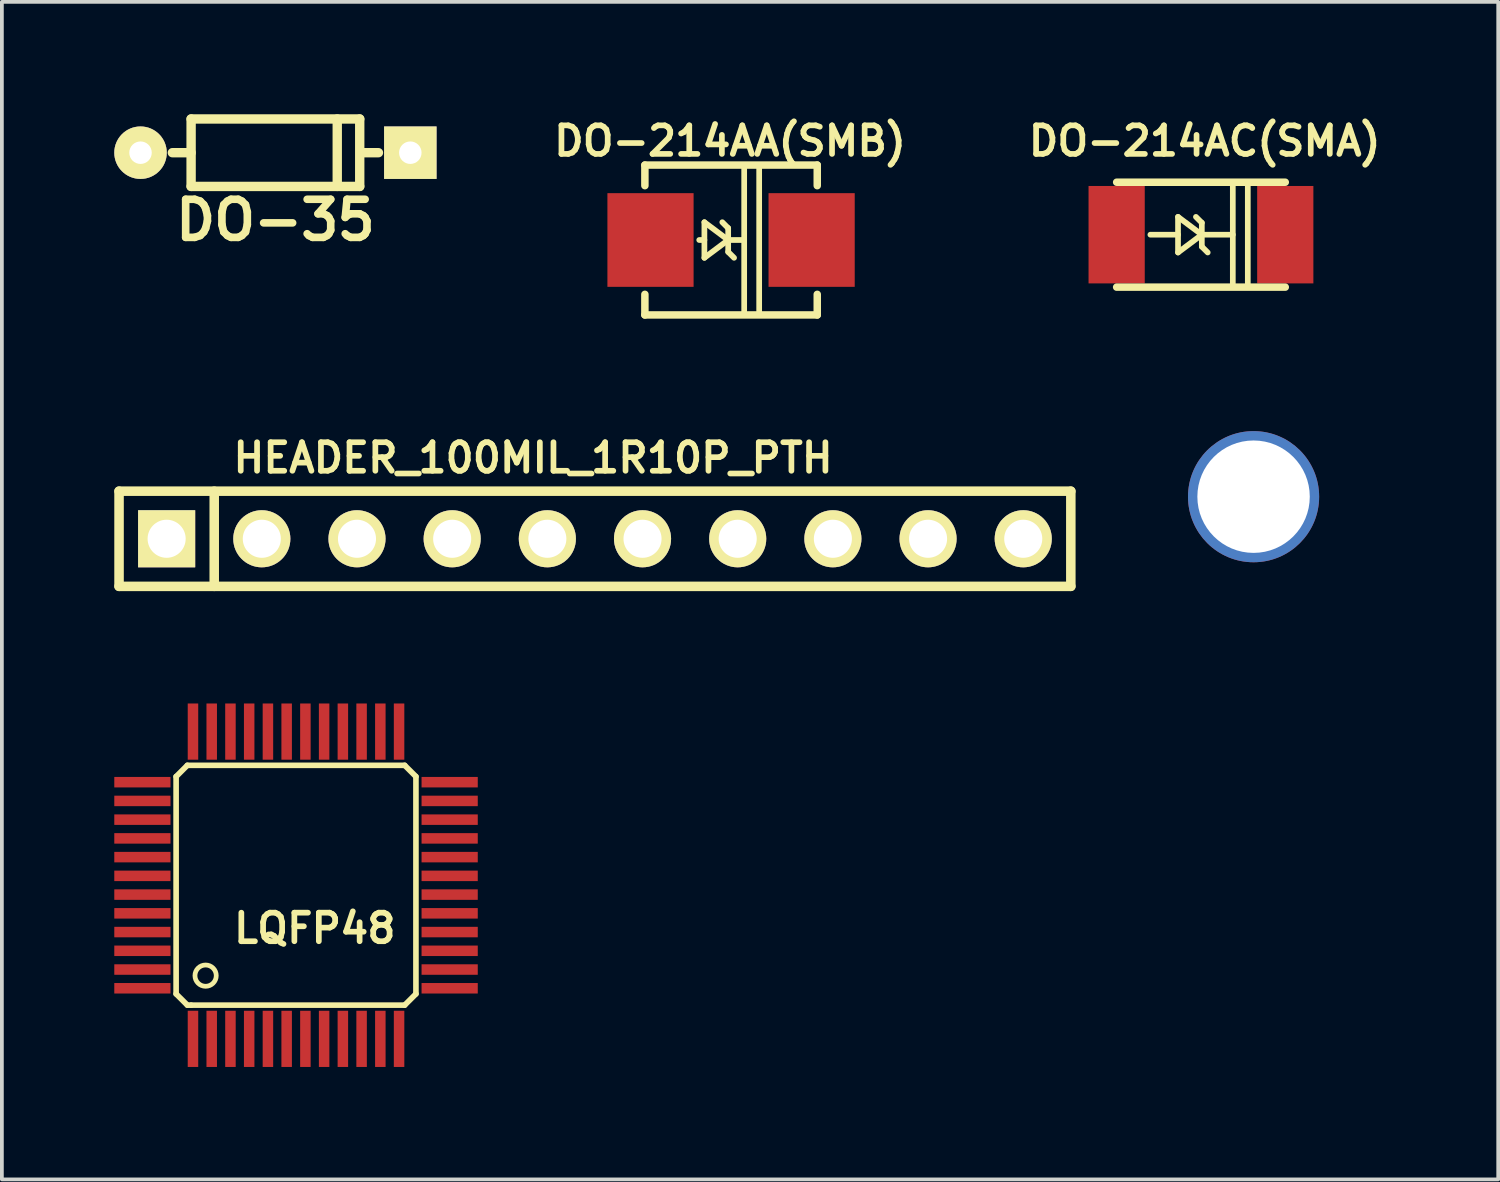
<source format=kicad_pcb>
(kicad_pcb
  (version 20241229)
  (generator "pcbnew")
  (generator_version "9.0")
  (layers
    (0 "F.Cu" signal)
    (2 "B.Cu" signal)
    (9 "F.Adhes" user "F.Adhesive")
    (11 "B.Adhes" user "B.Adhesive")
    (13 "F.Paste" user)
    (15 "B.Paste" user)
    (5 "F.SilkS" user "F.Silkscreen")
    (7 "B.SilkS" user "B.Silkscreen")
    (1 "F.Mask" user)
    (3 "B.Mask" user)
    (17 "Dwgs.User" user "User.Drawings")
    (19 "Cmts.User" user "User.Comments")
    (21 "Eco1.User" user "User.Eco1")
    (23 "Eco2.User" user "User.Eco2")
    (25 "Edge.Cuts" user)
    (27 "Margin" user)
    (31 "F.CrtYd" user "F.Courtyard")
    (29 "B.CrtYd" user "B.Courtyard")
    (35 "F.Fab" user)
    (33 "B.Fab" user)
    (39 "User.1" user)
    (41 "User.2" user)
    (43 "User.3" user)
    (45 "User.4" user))
  (footprint "DO-214AC(SMA)"
    (layer "F.Cu")
    (at 29 3.213)
    (property "Reference" "DO-214AC(SMA)" (at 0.1 -2.5 180) (layer "F.SilkS") (effects (font (size 0.762 0.762) (thickness 0.152))))
    (attr smd)
    (fp_line (start -2.25 -1.4) (end 2.25 -1.4) (stroke (width 0.2) (type solid)) (layer "F.SilkS"))
    (fp_line (start -0.65 0) (end -1.35 0) (stroke (width 0.152) (type solid)) (layer "F.SilkS"))
    (fp_line (start -0.612 -0.475) (end -0.612 0) (stroke (width 0.152) (type solid)) (layer "F.SilkS"))
    (fp_line (start -0.612 0) (end -0.612 0.475) (stroke (width 0.152) (type solid)) (layer "F.SilkS"))
    (fp_line (start -0.612 0.475) (end 0.023 0) (stroke (width 0.152) (type solid)) (layer "F.SilkS"))
    (fp_line (start 0.023 -0.318) (end -0.134 -0.475) (stroke (width 0.152) (type solid)) (layer "F.SilkS"))
    (fp_line (start 0.023 0) (end -0.612 -0.475) (stroke (width 0.152) (type solid)) (layer "F.SilkS"))
    (fp_line (start 0.023 0) (end 0.023 -0.318) (stroke (width 0.152) (type solid)) (layer "F.SilkS"))
    (fp_line (start 0.023 0) (end 0.023 0.318) (stroke (width 0.152) (type solid)) (layer "F.SilkS"))
    (fp_line (start 0.023 0.318) (end 0.18 0.475) (stroke (width 0.152) (type solid)) (layer "F.SilkS"))
    (fp_line (start 0.05 0) (end 0.85 0) (stroke (width 0.152) (type solid)) (layer "F.SilkS"))
    (fp_line (start 0.85 -1.4) (end 0.85 1.4) (stroke (width 0.152) (type solid)) (layer "F.SilkS"))
    (fp_line (start 1.25 -1.4) (end 1.25 1.4) (stroke (width 0.152) (type solid)) (layer "F.SilkS"))
    (fp_line (start 2.25 1.4) (end -2.25 1.4) (stroke (width 0.2) (type solid)) (layer "F.SilkS"))
    (pad "1" smd rect (at -2.25 0) (size 1.5 2.6) (layers "F.Cu" "F.Mask" "F.Paste"))
    (pad "2" smd rect (at 2.25 0) (size 1.5 2.6) (layers "F.Cu" "F.Mask" "F.Paste")))
  (footprint "HEADER_100MIL_1R10P_PTH"
    (layer "F.Cu")
    (at 12.827 11.328)
    (property "Reference" "HEADER_100MIL_1R10P_PTH" (at -1.651 -2.159 0) (layer "F.SilkS") (effects (font (size 0.762 0.762) (thickness 0.152))))
    (attr through_hole)
    (fp_line (start -12.7 -1.27) (end 12.7 -1.27) (stroke (width 0.254) (type solid)) (layer "F.SilkS"))
    (fp_line (start -12.7 1.27) (end -12.7 -1.27) (stroke (width 0.254) (type solid)) (layer "F.SilkS"))
    (fp_line (start -10.16 -1.27) (end -10.16 1.27) (stroke (width 0.254) (type solid)) (layer "F.SilkS"))
    (fp_line (start 12.7 -1.27) (end 12.7 1.27) (stroke (width 0.254) (type solid)) (layer "F.SilkS"))
    (fp_line (start 12.7 1.27) (end -12.7 1.27) (stroke (width 0.254) (type solid)) (layer "F.SilkS"))
    (pad "1" thru_hole rect (at -11.43 0) (size 1.524 1.524) (drill 1.016) (layers "*.Cu" "*.Mask" "F.SilkS"))
    (pad "2" thru_hole circle (at -8.89 0) (size 1.524 1.524) (drill 1.016) (layers "*.Cu" "*.Mask" "F.SilkS"))
    (pad "3" thru_hole circle (at -6.35 0) (size 1.524 1.524) (drill 1.016) (layers "*.Cu" "*.Mask" "F.SilkS"))
    (pad "4" thru_hole circle (at -3.81 0) (size 1.524 1.524) (drill 1.016) (layers "*.Cu" "*.Mask" "F.SilkS"))
    (pad "5" thru_hole circle (at -1.27 0) (size 1.524 1.524) (drill 1.016) (layers "*.Cu" "*.Mask" "F.SilkS"))
    (pad "6" thru_hole circle (at 1.27 0) (size 1.524 1.524) (drill 1.016) (layers "*.Cu" "*.Mask" "F.SilkS"))
    (pad "7" thru_hole circle (at 3.81 0) (size 1.524 1.524) (drill 1.016) (layers "*.Cu" "*.Mask" "F.SilkS"))
    (pad "8" thru_hole circle (at 6.35 0) (size 1.524 1.524) (drill 1.016) (layers "*.Cu" "*.Mask" "F.SilkS"))
    (pad "9" thru_hole circle (at 8.89 0) (size 1.524 1.524) (drill 1.016) (layers "*.Cu" "*.Mask" "F.SilkS"))
    (pad "10" thru_hole circle (at 11.43 0) (size 1.524 1.524) (drill 1.016) (layers "*.Cu" "*.Mask" "F.SilkS")))
  (footprint "LQFP48"
    (layer "F.Cu")
    (at 4.85 20.574)
    (property "Reference" "LQFP48" (at 0.5 1.15 0) (layer "F.SilkS") (effects (font (size 0.762 0.762) (thickness 0.152))))
    (attr smd)
    (fp_line (start -3.2 -2.9) (end -2.9 -3.2) (stroke (width 0.15) (type solid)) (layer "F.SilkS"))
    (fp_line (start -3.2 2.9) (end -3.2 -2.9) (stroke (width 0.15) (type solid)) (layer "F.SilkS"))
    (fp_line (start -2.9 -3.2) (end 2.9 -3.2) (stroke (width 0.15) (type solid)) (layer "F.SilkS"))
    (fp_line (start -2.9 3.2) (end -3.2 2.9) (stroke (width 0.15) (type solid)) (layer "F.SilkS"))
    (fp_line (start -2.8 3.2) (end -2.9 3.2) (stroke (width 0.15) (type solid)) (layer "F.SilkS"))
    (fp_line (start 2.9 -3.2) (end 3.2 -2.9) (stroke (width 0.15) (type solid)) (layer "F.SilkS"))
    (fp_line (start 2.9 3.2) (end -2.8 3.2) (stroke (width 0.15) (type solid)) (layer "F.SilkS"))
    (fp_line (start 3.2 -2.9) (end 3.2 2.9) (stroke (width 0.15) (type solid)) (layer "F.SilkS"))
    (fp_line (start 3.2 2.9) (end 2.9 3.2) (stroke (width 0.15) (type solid)) (layer "F.SilkS"))
    (fp_circle (center -2.413 2.413) (end -2.667 2.54) (stroke (width 0.127) (type solid)) (fill no) (layer "F.SilkS"))
    (pad "1" smd rect (at -2.75 4.1) (size 0.28 1.5) (layers "F.Cu" "F.Mask" "F.Paste"))
    (pad "2" smd rect (at -2.25 4.1) (size 0.28 1.5) (layers "F.Cu" "F.Mask" "F.Paste"))
    (pad "3" smd rect (at -1.75 4.1) (size 0.28 1.5) (layers "F.Cu" "F.Mask" "F.Paste"))
    (pad "4" smd rect (at -1.25 4.1) (size 0.28 1.5) (layers "F.Cu" "F.Mask" "F.Paste"))
    (pad "5" smd rect (at -0.75 4.1) (size 0.28 1.5) (layers "F.Cu" "F.Mask" "F.Paste"))
    (pad "6" smd rect (at -0.25 4.1) (size 0.28 1.5) (layers "F.Cu" "F.Mask" "F.Paste"))
    (pad "7" smd rect (at 0.25 4.1) (size 0.28 1.5) (layers "F.Cu" "F.Mask" "F.Paste"))
    (pad "8" smd rect (at 0.75 4.1) (size 0.28 1.5) (layers "F.Cu" "F.Mask" "F.Paste"))
    (pad "9" smd rect (at 1.25 4.1) (size 0.28 1.5) (layers "F.Cu" "F.Mask" "F.Paste"))
    (pad "10" smd rect (at 1.75 4.1) (size 0.28 1.5) (layers "F.Cu" "F.Mask" "F.Paste"))
    (pad "11" smd rect (at 2.25 4.1) (size 0.28 1.5) (layers "F.Cu" "F.Mask" "F.Paste"))
    (pad "12" smd rect (at 2.75 4.1) (size 0.28 1.5) (layers "F.Cu" "F.Mask" "F.Paste"))
    (pad "13" smd rect (at 4.1 2.75) (size 1.5 0.28) (layers "F.Cu" "F.Mask" "F.Paste"))
    (pad "14" smd rect (at 4.1 2.25) (size 1.5 0.28) (layers "F.Cu" "F.Mask" "F.Paste"))
    (pad "15" smd rect (at 4.1 1.75) (size 1.5 0.28) (layers "F.Cu" "F.Mask" "F.Paste"))
    (pad "16" smd rect (at 4.1 1.25) (size 1.5 0.28) (layers "F.Cu" "F.Mask" "F.Paste"))
    (pad "17" smd rect (at 4.1 0.75) (size 1.5 0.28) (layers "F.Cu" "F.Mask" "F.Paste"))
    (pad "18" smd rect (at 4.1 0.25) (size 1.5 0.28) (layers "F.Cu" "F.Mask" "F.Paste"))
    (pad "19" smd rect (at 4.1 -0.25) (size 1.5 0.28) (layers "F.Cu" "F.Mask" "F.Paste"))
    (pad "20" smd rect (at 4.1 -0.75) (size 1.5 0.28) (layers "F.Cu" "F.Mask" "F.Paste"))
    (pad "21" smd rect (at 4.1 -1.25) (size 1.5 0.28) (layers "F.Cu" "F.Mask" "F.Paste"))
    (pad "22" smd rect (at 4.1 -1.75) (size 1.5 0.28) (layers "F.Cu" "F.Mask" "F.Paste"))
    (pad "23" smd rect (at 4.1 -2.25) (size 1.5 0.28) (layers "F.Cu" "F.Mask" "F.Paste"))
    (pad "24" smd rect (at 4.1 -2.75) (size 1.5 0.28) (layers "F.Cu" "F.Mask" "F.Paste"))
    (pad "25" smd rect (at 2.75 -4.1) (size 0.28 1.5) (layers "F.Cu" "F.Mask" "F.Paste"))
    (pad "26" smd rect (at 2.25 -4.1) (size 0.28 1.5) (layers "F.Cu" "F.Mask" "F.Paste"))
    (pad "27" smd rect (at 1.75 -4.1) (size 0.28 1.5) (layers "F.Cu" "F.Mask" "F.Paste"))
    (pad "28" smd rect (at 1.25 -4.1) (size 0.28 1.5) (layers "F.Cu" "F.Mask" "F.Paste"))
    (pad "29" smd rect (at 0.75 -4.1) (size 0.28 1.5) (layers "F.Cu" "F.Mask" "F.Paste"))
    (pad "30" smd rect (at 0.25 -4.1) (size 0.28 1.5) (layers "F.Cu" "F.Mask" "F.Paste"))
    (pad "31" smd rect (at -0.25 -4.1) (size 0.28 1.5) (layers "F.Cu" "F.Mask" "F.Paste"))
    (pad "32" smd rect (at -0.75 -4.1) (size 0.28 1.5) (layers "F.Cu" "F.Mask" "F.Paste"))
    (pad "33" smd rect (at -1.25 -4.1) (size 0.28 1.5) (layers "F.Cu" "F.Mask" "F.Paste"))
    (pad "34" smd rect (at -1.75 -4.1) (size 0.28 1.5) (layers "F.Cu" "F.Mask" "F.Paste"))
    (pad "35" smd rect (at -2.25 -4.1) (size 0.28 1.5) (layers "F.Cu" "F.Mask" "F.Paste"))
    (pad "36" smd rect (at -2.75 -4.1) (size 0.28 1.5) (layers "F.Cu" "F.Mask" "F.Paste"))
    (pad "37" smd rect (at -4.1 -2.75) (size 1.5 0.28) (layers "F.Cu" "F.Mask" "F.Paste"))
    (pad "38" smd rect (at -4.1 -2.25) (size 1.5 0.28) (layers "F.Cu" "F.Mask" "F.Paste"))
    (pad "39" smd rect (at -4.1 -1.75) (size 1.5 0.28) (layers "F.Cu" "F.Mask" "F.Paste"))
    (pad "40" smd rect (at -4.1 -1.25) (size 1.5 0.28) (layers "F.Cu" "F.Mask" "F.Paste"))
    (pad "41" smd rect (at -4.1 -0.75) (size 1.5 0.28) (layers "F.Cu" "F.Mask" "F.Paste"))
    (pad "42" smd rect (at -4.1 -0.25) (size 1.5 0.28) (layers "F.Cu" "F.Mask" "F.Paste"))
    (pad "43" smd rect (at -4.1 0.25) (size 1.5 0.28) (layers "F.Cu" "F.Mask" "F.Paste"))
    (pad "44" smd rect (at -4.1 0.75) (size 1.5 0.28) (layers "F.Cu" "F.Mask" "F.Paste"))
    (pad "45" smd rect (at -4.1 1.25) (size 1.5 0.28) (layers "F.Cu" "F.Mask" "F.Paste"))
    (pad "46" smd rect (at -4.1 1.75) (size 1.5 0.28) (layers "F.Cu" "F.Mask" "F.Paste"))
    (pad "47" smd rect (at -4.1 2.25) (size 1.5 0.28) (layers "F.Cu" "F.Mask" "F.Paste"))
    (pad "48" smd rect (at -4.1 2.75) (size 1.5 0.28) (layers "F.Cu" "F.Mask" "F.Paste")))
  (footprint "DO-214AA(SMB)"
    (layer "F.Cu")
    (at 16.46 3.355)
    (property "Reference" "DO-214AA(SMB)" (at -0.027 -2.642 0) (layer "F.SilkS") (effects (font (size 0.762 0.762) (thickness 0.152))))
    (attr smd)
    (fp_line (start -2.3 -2) (end -2.3 -1.45) (stroke (width 0.2) (type solid)) (layer "F.SilkS"))
    (fp_line (start -2.3 -2) (end 2.3 -2) (stroke (width 0.2) (type solid)) (layer "F.SilkS"))
    (fp_line (start -2.3 2) (end -2.3 1.45) (stroke (width 0.2) (type solid)) (layer "F.SilkS"))
    (fp_line (start -2.3 2) (end 2.3 2) (stroke (width 0.2) (type solid)) (layer "F.SilkS"))
    (fp_line (start -0.75 0) (end -0.85 0) (stroke (width 0.152) (type solid)) (layer "F.SilkS"))
    (fp_line (start -0.712 -0.475) (end -0.712 0) (stroke (width 0.152) (type solid)) (layer "F.SilkS"))
    (fp_line (start -0.712 0) (end -0.712 0.475) (stroke (width 0.152) (type solid)) (layer "F.SilkS"))
    (fp_line (start -0.712 0.475) (end -0.077 0) (stroke (width 0.152) (type solid)) (layer "F.SilkS"))
    (fp_line (start -0.1 0) (end 0.35 0) (stroke (width 0.152) (type solid)) (layer "F.SilkS"))
    (fp_line (start -0.077 -0.318) (end -0.234 -0.475) (stroke (width 0.152) (type solid)) (layer "F.SilkS"))
    (fp_line (start -0.077 0) (end -0.712 -0.475) (stroke (width 0.152) (type solid)) (layer "F.SilkS"))
    (fp_line (start -0.077 0) (end -0.077 -0.318) (stroke (width 0.152) (type solid)) (layer "F.SilkS"))
    (fp_line (start -0.077 0) (end -0.077 0.318) (stroke (width 0.152) (type solid)) (layer "F.SilkS"))
    (fp_line (start -0.077 0.318) (end 0.08 0.475) (stroke (width 0.152) (type solid)) (layer "F.SilkS"))
    (fp_line (start 0.35 2) (end 0.35 -2) (stroke (width 0.152) (type solid)) (layer "F.SilkS"))
    (fp_line (start 0.75 -2) (end 0.75 2) (stroke (width 0.152) (type solid)) (layer "F.SilkS"))
    (fp_line (start 2.3 -2) (end 2.3 -1.45) (stroke (width 0.2) (type solid)) (layer "F.SilkS"))
    (fp_line (start 2.3 2) (end 2.3 1.45) (stroke (width 0.2) (type solid)) (layer "F.SilkS"))
    (pad "1" smd rect (at -2.15 0) (size 2.3 2.5) (layers "F.Cu" "F.Mask" "F.Paste"))
    (pad "2" smd rect (at 2.15 0) (size 2.3 2.5) (layers "F.Cu" "F.Mask" "F.Paste")))
  (footprint "DO-35"
    (layer "F.Cu")
    (at 4.3 1.025)
    (property "Reference" "DO-35" (at 0 1.8 0) (layer "F.SilkS") (effects (font (size 1.016 1.016) (thickness 0.203))))
    (attr through_hole)
    (fp_line (start -2.25 -0.9) (end 2.25 -0.9) (stroke (width 0.25) (type solid)) (layer "F.SilkS"))
    (fp_line (start -2.25 0) (end -2.75 0) (stroke (width 0.25) (type solid)) (layer "F.SilkS"))
    (fp_line (start -2.25 0.9) (end -2.25 -0.9) (stroke (width 0.25) (type solid)) (layer "F.SilkS"))
    (fp_line (start 1.65 -0.9) (end 1.65 0.9) (stroke (width 0.25) (type solid)) (layer "F.SilkS"))
    (fp_line (start 2.25 -0.9) (end 2.25 0.9) (stroke (width 0.25) (type solid)) (layer "F.SilkS"))
    (fp_line (start 2.25 0.9) (end -2.25 0.9) (stroke (width 0.25) (type solid)) (layer "F.SilkS"))
    (fp_line (start 2.3 0) (end 2.75 0) (stroke (width 0.25) (type solid)) (layer "F.SilkS"))
    (pad "1" thru_hole circle (at -3.6 0) (size 1.4 1.4) (drill 0.6) (layers "*.Cu" "*.Mask" "F.SilkS"))
    (pad "2" thru_hole rect (at 3.6 0) (size 1.4 1.4) (drill 0.6) (layers "*.Cu" "*.Mask" "F.SilkS")))
  (footprint "HOLE_3MM"
    (layer "F.Cu")
    (at 30.404 10.205)
    (property "Reference" "HOLE_3MM" (at 0.05 1 0) (layer "F.SilkS") (effects (font (size 0.127 0.127) (thickness 0.000001))))
    (attr smd)
    (pad "1" thru_hole circle (at 0 0 180) (size 3.5 3.5) (drill 3) (layers "*.Cu" "*.Mask")))
  (gr_rect
    (start -3 -3)
    (end 36.933 28.424)
    (stroke (width 0.1) (type default))
    (fill no)
    (layer "Edge.Cuts")))
</source>
